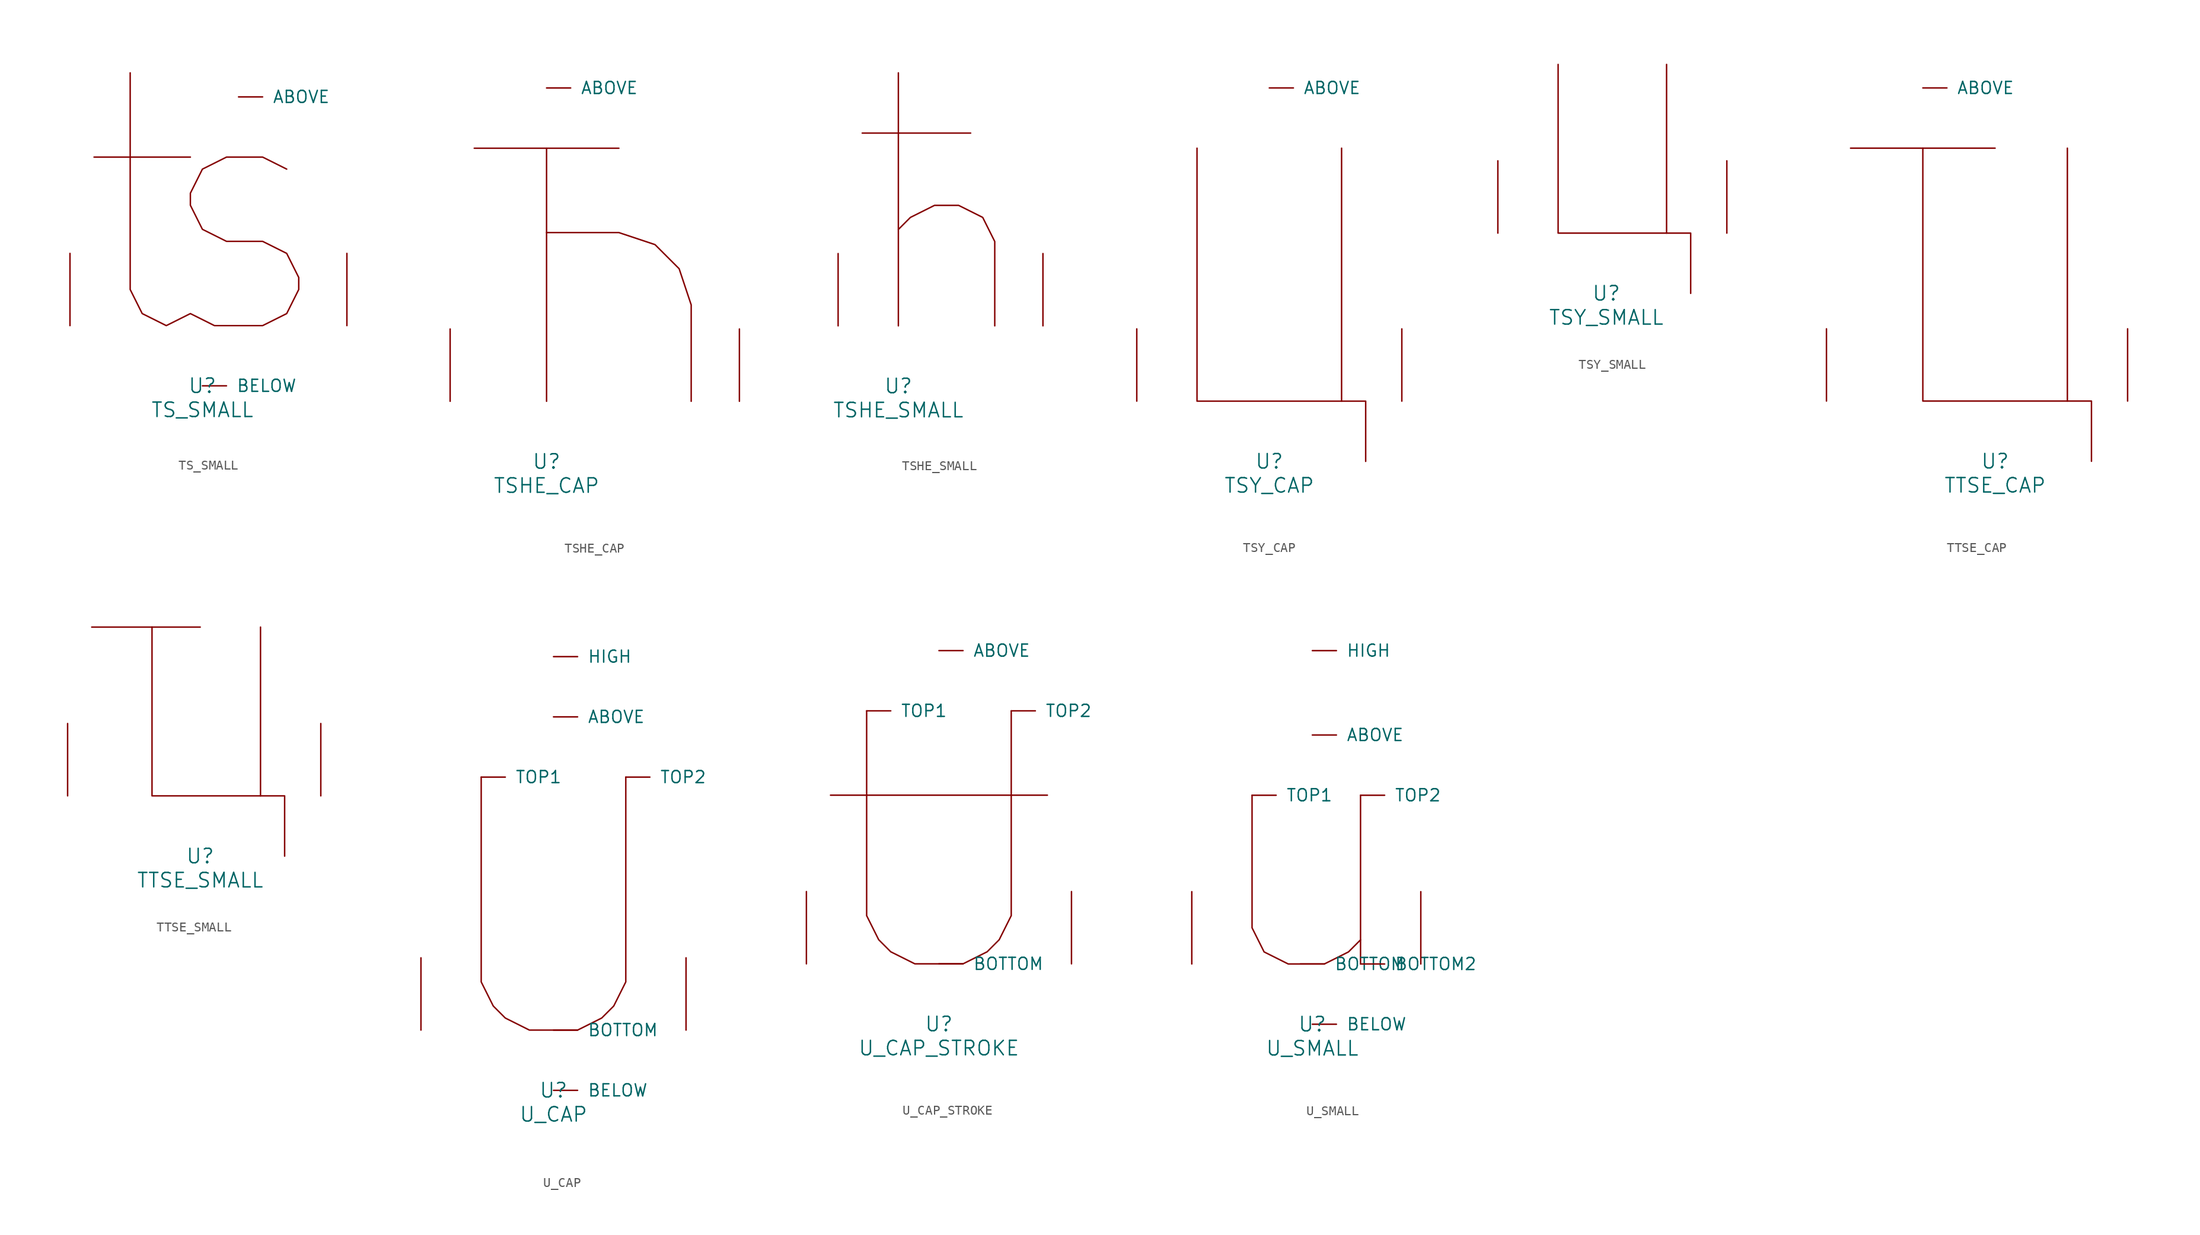
<source format=kicad_sym>
(kicad_symbol_lib
  (version 20220914)
  (generator font_lib2sym)
  (symbol "TS_SMALL"
    (pin_names
      (offset 1.016))
    (property "Reference" "U"
      (at 0 -6.35 0)
      (effects (font (size 1.524 1.524))))
    (property "Value" "TS_SMALL"
      (at 0 -8.89 0)
      (effects (font (size 1.524 1.524))))
    (symbol "TS_SMALL_0_1"
      (polyline (pts (xy -11.43 17.78) (xy -1.27 17.78)) (stroke (width 0) (type solid)) (fill (type none)))
      (polyline (pts (xy -7.62 26.67) (xy -7.62 3.81) (xy -6.35 1.27) (xy -3.81 0) (xy -1.27 1.27) (xy 1.27 0) (xy 6.35 0) (xy 8.89 1.27) (xy 10.16 3.81) (xy 10.16 5.08) (xy 8.89 7.62) (xy 6.35 8.89) (xy 2.54 8.89) (xy 0 10.16) (xy -1.27 12.7) (xy -1.27 13.97) (xy 0 16.51) (xy 2.54 17.78) (xy 6.35 17.78) (xy 8.89 16.51)) (stroke (width 0) (type solid)) (fill (type none)))
      (pin input line (at 3.81 24.13 0) (length 2.54) (name "ABOVE" (effects (font (size 1.27 1.27)))) (number "~" (effects (font (size 1.27 1.27)))))
      (pin input line (at 0 -6.35 0) (length 2.54) (name "BELOW" (effects (font (size 1.27 1.27)))) (number "~" (effects (font (size 1.27 1.27)))))
      (pin input line (at -13.97 0 90) (length 7.62) (name "~" (effects (font (size 1.27 1.27)))) (number "~" (effects (font (size 1.27 1.27)))))
      (pin input line (at 15.24 0 90) (length 7.62) (name "~" (effects (font (size 1.27 1.27)))) (number "~" (effects (font (size 1.27 1.27)))))))
  (symbol "TSHE_CAP"
    (pin_names
      (offset 1.016))
    (property "Reference" "U"
      (at 0 -6.35 0)
      (effects (font (size 1.524 1.524))))
    (property "Value" "TSHE_CAP"
      (at 0 -8.89 0)
      (effects (font (size 1.524 1.524))))
    (symbol "TSHE_CAP_0_1"
      (polyline (pts (xy -7.62 26.67) (xy 7.62 26.67)) (stroke (width 0) (type solid)) (fill (type none)))
      (polyline (pts (xy 0 0) (xy 0 26.67)) (stroke (width 0) (type solid)) (fill (type none)))
      (polyline (pts (xy 0 17.78) (xy 7.62 17.78) (xy 11.43 16.51) (xy 13.97 13.97) (xy 15.24 10.16) (xy 15.24 0)) (stroke (width 0) (type solid)) (fill (type none)))
      (pin input line (at 0 33.02 0) (length 2.54) (name "ABOVE" (effects (font (size 1.27 1.27)))) (number "~" (effects (font (size 1.27 1.27)))))
      (pin input line (at -10.16 0 90) (length 7.62) (name "~" (effects (font (size 1.27 1.27)))) (number "~" (effects (font (size 1.27 1.27)))))
      (pin input line (at 20.32 0 90) (length 7.62) (name "~" (effects (font (size 1.27 1.27)))) (number "~" (effects (font (size 1.27 1.27)))))))
  (symbol "TSHE_SMALL"
    (pin_names
      (offset 1.016))
    (property "Reference" "U"
      (at 0 -6.35 0)
      (effects (font (size 1.524 1.524))))
    (property "Value" "TSHE_SMALL"
      (at 0 -8.89 0)
      (effects (font (size 1.524 1.524))))
    (symbol "TSHE_SMALL_0_1"
      (polyline (pts (xy -3.81 20.32) (xy 7.62 20.32)) (stroke (width 0) (type solid)) (fill (type none)))
      (polyline (pts (xy 0 26.67) (xy 0 0)) (stroke (width 0) (type solid)) (fill (type none)))
      (polyline (pts (xy 0 10.16) (xy 1.27 11.43) (xy 3.81 12.7) (xy 6.35 12.7) (xy 8.89 11.43) (xy 10.16 8.89) (xy 10.16 0)) (stroke (width 0) (type solid)) (fill (type none)))
      (pin input line (at -6.35 0 90) (length 7.62) (name "~" (effects (font (size 1.27 1.27)))) (number "~" (effects (font (size 1.27 1.27)))))
      (pin input line (at 15.24 0 90) (length 7.62) (name "~" (effects (font (size 1.27 1.27)))) (number "~" (effects (font (size 1.27 1.27)))))))
  (symbol "TSY_CAP"
    (pin_names
      (offset 1.016))
    (property "Reference" "U"
      (at 0 -6.35 0)
      (effects (font (size 1.524 1.524))))
    (property "Value" "TSY_CAP"
      (at 0 -8.89 0)
      (effects (font (size 1.524 1.524))))
    (symbol "TSY_CAP_0_1"
      (polyline (pts (xy 7.62 26.67) (xy 7.62 0)) (stroke (width 0) (type solid)) (fill (type none)))
      (polyline (pts (xy -7.62 26.67) (xy -7.62 0) (xy 10.16 0) (xy 10.16 -6.35)) (stroke (width 0) (type solid)) (fill (type none)))
      (pin input line (at 0 33.02 0) (length 2.54) (name "ABOVE" (effects (font (size 1.27 1.27)))) (number "~" (effects (font (size 1.27 1.27)))))
      (pin input line (at -13.97 0 90) (length 7.62) (name "~" (effects (font (size 1.27 1.27)))) (number "~" (effects (font (size 1.27 1.27)))))
      (pin input line (at 13.97 0 90) (length 7.62) (name "~" (effects (font (size 1.27 1.27)))) (number "~" (effects (font (size 1.27 1.27)))))))
  (symbol "TSY_SMALL"
    (pin_names
      (offset 1.016))
    (property "Reference" "U"
      (at 0 -6.35 0)
      (effects (font (size 1.524 1.524))))
    (property "Value" "TSY_SMALL"
      (at 0 -8.89 0)
      (effects (font (size 1.524 1.524))))
    (symbol "TSY_SMALL_0_1"
      (polyline (pts (xy 6.35 17.78) (xy 6.35 0)) (stroke (width 0) (type solid)) (fill (type none)))
      (polyline (pts (xy -5.08 17.78) (xy -5.08 0) (xy 8.89 0) (xy 8.89 -6.35)) (stroke (width 0) (type solid)) (fill (type none)))
      (pin input line (at -11.43 0 90) (length 7.62) (name "~" (effects (font (size 1.27 1.27)))) (number "~" (effects (font (size 1.27 1.27)))))
      (pin input line (at 12.7 0 90) (length 7.62) (name "~" (effects (font (size 1.27 1.27)))) (number "~" (effects (font (size 1.27 1.27)))))))
  (symbol "TTSE_CAP"
    (pin_names
      (offset 1.016))
    (property "Reference" "U"
      (at 0 -6.35 0)
      (effects (font (size 1.524 1.524))))
    (property "Value" "TTSE_CAP"
      (at 0 -8.89 0)
      (effects (font (size 1.524 1.524))))
    (symbol "TTSE_CAP_0_1"
      (polyline (pts (xy -15.24 26.67) (xy 0 26.67)) (stroke (width 0) (type solid)) (fill (type none)))
      (polyline (pts (xy 7.62 26.67) (xy 7.62 0)) (stroke (width 0) (type solid)) (fill (type none)))
      (polyline (pts (xy -7.62 26.67) (xy -7.62 0) (xy 10.16 0) (xy 10.16 -6.35)) (stroke (width 0) (type solid)) (fill (type none)))
      (pin input line (at -7.62 33.02 0) (length 2.54) (name "ABOVE" (effects (font (size 1.27 1.27)))) (number "~" (effects (font (size 1.27 1.27)))))
      (pin input line (at -17.78 0 90) (length 7.62) (name "~" (effects (font (size 1.27 1.27)))) (number "~" (effects (font (size 1.27 1.27)))))
      (pin input line (at 13.97 0 90) (length 7.62) (name "~" (effects (font (size 1.27 1.27)))) (number "~" (effects (font (size 1.27 1.27)))))))
  (symbol "TTSE_SMALL"
    (pin_names
      (offset 1.016))
    (property "Reference" "U"
      (at 0 -6.35 0)
      (effects (font (size 1.524 1.524))))
    (property "Value" "TTSE_SMALL"
      (at 0 -8.89 0)
      (effects (font (size 1.524 1.524))))
    (symbol "TTSE_SMALL_0_1"
      (polyline (pts (xy 0 17.78) (xy -11.43 17.78)) (stroke (width 0) (type solid)) (fill (type none)))
      (polyline (pts (xy 6.35 17.78) (xy 6.35 0)) (stroke (width 0) (type solid)) (fill (type none)))
      (polyline (pts (xy -5.08 17.78) (xy -5.08 0) (xy 8.89 0) (xy 8.89 -6.35)) (stroke (width 0) (type solid)) (fill (type none)))
      (pin input line (at -13.97 0 90) (length 7.62) (name "~" (effects (font (size 1.27 1.27)))) (number "~" (effects (font (size 1.27 1.27)))))
      (pin input line (at 12.7 0 90) (length 7.62) (name "~" (effects (font (size 1.27 1.27)))) (number "~" (effects (font (size 1.27 1.27)))))))
  (symbol "U_CAP"
    (pin_names
      (offset 1.016))
    (property "Reference" "U"
      (at 0 -6.35 0)
      (effects (font (size 1.524 1.524))))
    (property "Value" "U_CAP"
      (at 0 -8.89 0)
      (effects (font (size 1.524 1.524))))
    (symbol "U_CAP_0_1"
      (polyline (pts (xy -7.62 26.67) (xy -7.62 5.08) (xy -6.35 2.54) (xy -5.08 1.27) (xy -2.54 0) (xy 2.54 0) (xy 5.08 1.27) (xy 6.35 2.54) (xy 7.62 5.08) (xy 7.62 26.67)) (stroke (width 0) (type solid)) (fill (type none)))
      (pin input line (at 0 33.02 0) (length 2.54) (name "ABOVE" (effects (font (size 1.27 1.27)))) (number "~" (effects (font (size 1.27 1.27)))))
      (pin input line (at 0 -6.35 0) (length 2.54) (name "BELOW" (effects (font (size 1.27 1.27)))) (number "~" (effects (font (size 1.27 1.27)))))
      (pin input line (at 0 0 0) (length 2.54) (name "BOTTOM" (effects (font (size 1.27 1.27)))) (number "~" (effects (font (size 1.27 1.27)))))
      (pin input line (at 0 39.37 0) (length 2.54) (name "HIGH" (effects (font (size 1.27 1.27)))) (number "~" (effects (font (size 1.27 1.27)))))
      (pin input line (at -7.62 26.67 0) (length 2.54) (name "TOP1" (effects (font (size 1.27 1.27)))) (number "~" (effects (font (size 1.27 1.27)))))
      (pin input line (at 7.62 26.67 0) (length 2.54) (name "TOP2" (effects (font (size 1.27 1.27)))) (number "~" (effects (font (size 1.27 1.27)))))
      (pin input line (at -13.97 0 90) (length 7.62) (name "~" (effects (font (size 1.27 1.27)))) (number "~" (effects (font (size 1.27 1.27)))))
      (pin input line (at 13.97 0 90) (length 7.62) (name "~" (effects (font (size 1.27 1.27)))) (number "~" (effects (font (size 1.27 1.27)))))))
  (symbol "U_CAP_STROKE"
    (pin_names
      (offset 1.016))
    (property "Reference" "U"
      (at 0 -6.35 0)
      (effects (font (size 1.524 1.524))))
    (property "Value" "U_CAP_STROKE"
      (at 0 -8.89 0)
      (effects (font (size 1.524 1.524))))
    (symbol "U_CAP_STROKE_0_1"
      (polyline (pts (xy -11.43 17.78) (xy 11.43 17.78)) (stroke (width 0) (type solid)) (fill (type none)))
      (polyline (pts (xy -7.62 26.67) (xy -7.62 5.08) (xy -6.35 2.54) (xy -5.08 1.27) (xy -2.54 0) (xy 2.54 0) (xy 5.08 1.27) (xy 6.35 2.54) (xy 7.62 5.08) (xy 7.62 26.67)) (stroke (width 0) (type solid)) (fill (type none)))
      (pin input line (at 0 33.02 0) (length 2.54) (name "ABOVE" (effects (font (size 1.27 1.27)))) (number "~" (effects (font (size 1.27 1.27)))))
      (pin input line (at 0 0 0) (length 2.54) (name "BOTTOM" (effects (font (size 1.27 1.27)))) (number "~" (effects (font (size 1.27 1.27)))))
      (pin input line (at -7.62 26.67 0) (length 2.54) (name "TOP1" (effects (font (size 1.27 1.27)))) (number "~" (effects (font (size 1.27 1.27)))))
      (pin input line (at 7.62 26.67 0) (length 2.54) (name "TOP2" (effects (font (size 1.27 1.27)))) (number "~" (effects (font (size 1.27 1.27)))))
      (pin input line (at -13.97 0 90) (length 7.62) (name "~" (effects (font (size 1.27 1.27)))) (number "~" (effects (font (size 1.27 1.27)))))
      (pin input line (at 13.97 0 90) (length 7.62) (name "~" (effects (font (size 1.27 1.27)))) (number "~" (effects (font (size 1.27 1.27)))))))
  (symbol "U_SMALL"
    (pin_names
      (offset 1.016))
    (property "Reference" "U"
      (at 0 -6.35 0)
      (effects (font (size 1.524 1.524))))
    (property "Value" "U_SMALL"
      (at 0 -8.89 0)
      (effects (font (size 1.524 1.524))))
    (symbol "U_SMALL_0_1"
      (polyline (pts (xy 5.08 17.78) (xy 5.08 0)) (stroke (width 0) (type solid)) (fill (type none)))
      (polyline (pts (xy -6.35 17.78) (xy -6.35 3.81) (xy -5.08 1.27) (xy -2.54 0) (xy 1.27 0) (xy 3.81 1.27) (xy 5.08 2.54)) (stroke (width 0) (type solid)) (fill (type none)))
      (pin input line (at 0 24.13 0) (length 2.54) (name "ABOVE" (effects (font (size 1.27 1.27)))) (number "~" (effects (font (size 1.27 1.27)))))
      (pin input line (at 0 -6.35 0) (length 2.54) (name "BELOW" (effects (font (size 1.27 1.27)))) (number "~" (effects (font (size 1.27 1.27)))))
      (pin input line (at -1.27 0 0) (length 2.54) (name "BOTTOM" (effects (font (size 1.27 1.27)))) (number "~" (effects (font (size 1.27 1.27)))))
      (pin input line (at 5.08 0 0) (length 2.54) (name "BOTTOM2" (effects (font (size 1.27 1.27)))) (number "~" (effects (font (size 1.27 1.27)))))
      (pin input line (at 0 33.02 0) (length 2.54) (name "HIGH" (effects (font (size 1.27 1.27)))) (number "~" (effects (font (size 1.27 1.27)))))
      (pin input line (at -6.35 17.78 0) (length 2.54) (name "TOP1" (effects (font (size 1.27 1.27)))) (number "~" (effects (font (size 1.27 1.27)))))
      (pin input line (at 5.08 17.78 0) (length 2.54) (name "TOP2" (effects (font (size 1.27 1.27)))) (number "~" (effects (font (size 1.27 1.27)))))
      (pin input line (at -12.7 0 90) (length 7.62) (name "~" (effects (font (size 1.27 1.27)))) (number "~" (effects (font (size 1.27 1.27)))))
      (pin input line (at 11.43 0 90) (length 7.62) (name "~" (effects (font (size 1.27 1.27)))) (number "~" (effects (font (size 1.27 1.27))))))))
</source>
